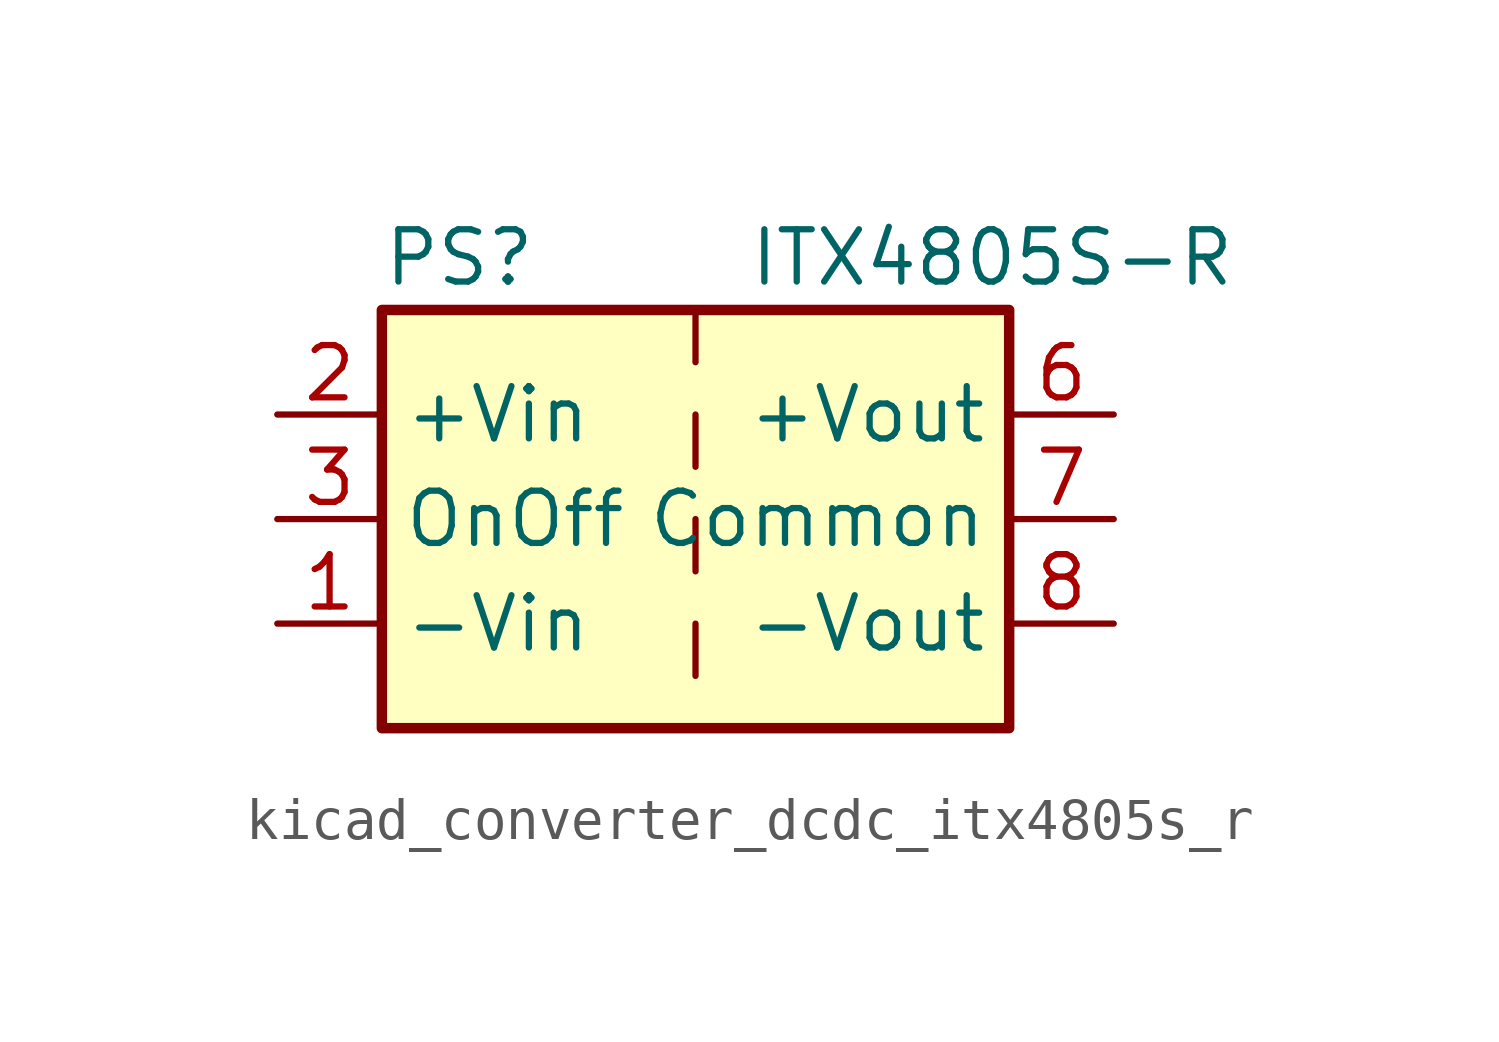
<source format=kicad_sym>
(kicad_symbol_lib
  (version 20220914)
  (generator kicad_symbol_editor)
  (symbol "kicad_converter_dcdc_itx4805s_r"
    (property "Reference" "PS"
      (at -7.62 6.35 0)
      (effects (font (size 1.27 1.27)) (justify left)))
    (property "Value" "ITX4805S-R"
      (at 1.27 6.35 0)
      (effects (font (size 1.27 1.27)) (justify left)))
    (symbol "kicad_converter_dcdc_itx4805s_r_0_0"
      (pin power_in line (at -10.16 -2.54 0) (length 2.54) (name "-Vin" (effects (font (size 1.27 1.27)))) (number "1" (effects (font (size 1.27 1.27)))))
      (pin power_in line (at -10.16 2.54 0) (length 2.54) (name "+Vin" (effects (font (size 1.27 1.27)))) (number "2" (effects (font (size 1.27 1.27)))))
      (pin input line (at -10.16 0 0) (length 2.54) (name "OnOff" (effects (font (size 1.27 1.27)))) (number "3" (effects (font (size 1.27 1.27)))))
      (pin no_connect line (at 0 5.08 270) (length 2.54) hide (name "NC" (effects (font (size 1.27 1.27)))) (number "5" (effects (font (size 1.27 1.27)))))
      (pin power_out line (at 10.16 2.54 180) (length 2.54) (name "+Vout" (effects (font (size 1.27 1.27)))) (number "6" (effects (font (size 1.27 1.27)))))
      (pin power_out line (at 10.16 0 180) (length 2.54) (name "Common" (effects (font (size 1.27 1.27)))) (number "7" (effects (font (size 1.27 1.27)))))
      (pin power_out line (at 10.16 -2.54 180) (length 2.54) (name "-Vout" (effects (font (size 1.27 1.27)))) (number "8" (effects (font (size 1.27 1.27))))))
    (symbol "kicad_converter_dcdc_itx4805s_r_0_1"
      (rectangle (start -7.62 5.08) (end 7.62 -5.08) (stroke (width 0.254) (type default)) (fill (type background)))
      (polyline (pts (xy 0 -2.54) (xy 0 -3.81)) (stroke (width 0) (type default)) (fill (type none)))
      (polyline (pts (xy 0 0) (xy 0 -1.27)) (stroke (width 0) (type default)) (fill (type none)))
      (polyline (pts (xy 0 2.54) (xy 0 1.27)) (stroke (width 0) (type default)) (fill (type none)))
      (polyline (pts (xy 0 5.08) (xy 0 3.81)) (stroke (width 0) (type default)) (fill (type none))))))
</source>
